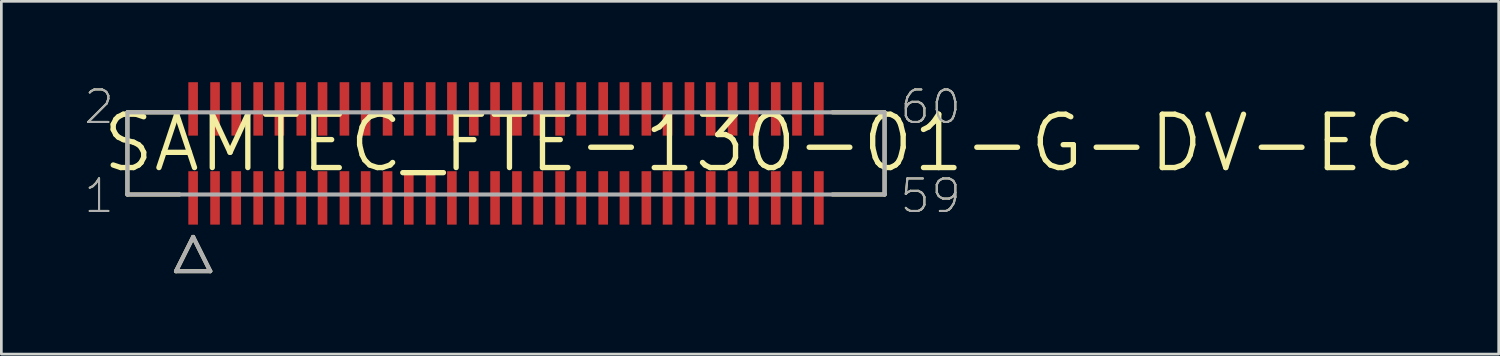
<source format=kicad_pcb>
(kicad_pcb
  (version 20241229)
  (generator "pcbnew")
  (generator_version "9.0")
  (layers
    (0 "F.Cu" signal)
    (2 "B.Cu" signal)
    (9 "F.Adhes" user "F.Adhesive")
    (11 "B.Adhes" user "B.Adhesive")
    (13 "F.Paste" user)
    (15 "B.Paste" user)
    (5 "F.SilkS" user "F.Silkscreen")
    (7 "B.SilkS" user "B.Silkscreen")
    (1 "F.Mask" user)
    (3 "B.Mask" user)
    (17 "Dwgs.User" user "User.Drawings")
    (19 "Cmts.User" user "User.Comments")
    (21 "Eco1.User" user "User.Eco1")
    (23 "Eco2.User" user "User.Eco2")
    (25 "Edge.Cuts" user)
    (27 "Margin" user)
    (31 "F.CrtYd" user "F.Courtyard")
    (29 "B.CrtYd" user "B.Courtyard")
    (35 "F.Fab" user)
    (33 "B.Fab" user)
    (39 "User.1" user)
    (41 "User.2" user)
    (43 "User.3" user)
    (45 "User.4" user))
  (footprint "SAMTEC_FTE-130-01-G-DV-EC"
    (layer "F.Cu")
    (at 15.723 2.642)
    (property "Reference" "SAMTEC_FTE-130-01-G-DV-EC" (at -15.08 0.777 180) (layer "F.SilkS") (effects (font (size 1.979 1.979) (thickness 0.198)) (justify left bottom)))
    (attr through_hole)
    (fp_line (start -14.046 -1.524) (end -14.046 1.524) (stroke (width 0.152) (type solid)) (layer "F.SilkS"))
    (fp_line (start -14.046 1.524) (end -12.116 1.524) (stroke (width 0.152) (type solid)) (layer "F.SilkS"))
    (fp_line (start -12.243 4.369) (end -11.608 3.099) (stroke (width 0.152) (type solid)) (layer "F.SilkS"))
    (fp_line (start -12.116 -1.524) (end -14.046 -1.524) (stroke (width 0.152) (type solid)) (layer "F.SilkS"))
    (fp_line (start -11.608 3.099) (end -10.973 4.369) (stroke (width 0.152) (type solid)) (layer "F.SilkS"))
    (fp_line (start -10.973 4.369) (end -12.243 4.369) (stroke (width 0.152) (type solid)) (layer "F.SilkS"))
    (fp_line (start 12.116 1.524) (end 14.046 1.524) (stroke (width 0.152) (type solid)) (layer "F.SilkS"))
    (fp_line (start 14.046 -1.524) (end 12.116 -1.524) (stroke (width 0.152) (type solid)) (layer "F.SilkS"))
    (fp_line (start 14.046 1.524) (end 14.046 -1.524) (stroke (width 0.152) (type solid)) (layer "F.SilkS"))
    (fp_line (start -14.046 -1.524) (end -14.046 1.524) (stroke (width 0.152) (type solid)) (layer "F.Fab"))
    (fp_line (start -14.046 1.524) (end 14.046 1.524) (stroke (width 0.152) (type solid)) (layer "F.Fab"))
    (fp_line (start -12.243 4.369) (end -11.608 3.099) (stroke (width 0.152) (type solid)) (layer "F.Fab"))
    (fp_line (start -11.608 3.099) (end -10.973 4.369) (stroke (width 0.152) (type solid)) (layer "F.Fab"))
    (fp_line (start -10.973 4.369) (end -12.243 4.369) (stroke (width 0.152) (type solid)) (layer "F.Fab"))
    (fp_line (start 14.046 -1.524) (end -14.046 -1.524) (stroke (width 0.152) (type solid)) (layer "F.Fab"))
    (fp_line (start 14.046 1.524) (end 14.046 -1.524) (stroke (width 0.152) (type solid)) (layer "F.Fab"))
    (fp_text user "60" (at 14.554 -1.016 0) (layer "F.SilkS") (effects (font (size 1.206 1.206) (thickness 0.076)) (justify left bottom)))
    (fp_text user "1" (at -15.723 2.286 0) (layer "F.SilkS") (effects (font (size 1.206 1.206) (thickness 0.076)) (justify left bottom)))
    (fp_text user "59" (at 14.554 2.286 0) (layer "F.SilkS") (effects (font (size 1.206 1.206) (thickness 0.076)) (justify left bottom)))
    (fp_text user "2" (at -15.723 -1.016 0) (layer "F.SilkS") (effects (font (size 1.206 1.206) (thickness 0.076)) (justify left bottom)))
    (fp_text user "59" (at 14.554 2.286 0) (layer "F.Fab") (effects (font (size 1.206 1.206) (thickness 0.076)) (justify left bottom)))
    (fp_text user "2" (at -15.723 -1.016 0) (layer "F.Fab") (effects (font (size 1.206 1.206) (thickness 0.076)) (justify left bottom)))
    (fp_text user "60" (at 14.554 -1.016 0) (layer "F.Fab") (effects (font (size 1.206 1.206) (thickness 0.076)) (justify left bottom)))
    (fp_text user "1" (at -15.723 2.286 0) (layer "F.Fab") (effects (font (size 1.206 1.206) (thickness 0.076)) (justify left bottom)))
    (pad "1" smd rect (at -11.608 1.651) (size 0.356 1.981) (layers "F.Cu" "F.Mask" "F.Paste"))
    (pad "2" smd rect (at -11.608 -1.651) (size 0.356 1.981) (layers "F.Cu" "F.Mask" "F.Paste"))
    (pad "3" smd rect (at -10.795 1.651) (size 0.356 1.981) (layers "F.Cu" "F.Mask" "F.Paste"))
    (pad "4" smd rect (at -10.795 -1.651) (size 0.356 1.981) (layers "F.Cu" "F.Mask" "F.Paste"))
    (pad "5" smd rect (at -10.008 1.651) (size 0.356 1.981) (layers "F.Cu" "F.Mask" "F.Paste"))
    (pad "6" smd rect (at -10.008 -1.651) (size 0.356 1.981) (layers "F.Cu" "F.Mask" "F.Paste"))
    (pad "7" smd rect (at -9.195 1.651) (size 0.356 1.981) (layers "F.Cu" "F.Mask" "F.Paste"))
    (pad "8" smd rect (at -9.195 -1.651) (size 0.356 1.981) (layers "F.Cu" "F.Mask" "F.Paste"))
    (pad "9" smd rect (at -8.407 1.651) (size 0.356 1.981) (layers "F.Cu" "F.Mask" "F.Paste"))
    (pad "10" smd rect (at -8.407 -1.651) (size 0.356 1.981) (layers "F.Cu" "F.Mask" "F.Paste"))
    (pad "11" smd rect (at -7.595 1.651) (size 0.356 1.981) (layers "F.Cu" "F.Mask" "F.Paste"))
    (pad "12" smd rect (at -7.595 -1.651) (size 0.356 1.981) (layers "F.Cu" "F.Mask" "F.Paste"))
    (pad "13" smd rect (at -6.807 1.651) (size 0.356 1.981) (layers "F.Cu" "F.Mask" "F.Paste"))
    (pad "14" smd rect (at -6.807 -1.651) (size 0.356 1.981) (layers "F.Cu" "F.Mask" "F.Paste"))
    (pad "15" smd rect (at -5.994 1.651) (size 0.356 1.981) (layers "F.Cu" "F.Mask" "F.Paste"))
    (pad "16" smd rect (at -5.994 -1.651) (size 0.356 1.981) (layers "F.Cu" "F.Mask" "F.Paste"))
    (pad "17" smd rect (at -5.207 1.651) (size 0.356 1.981) (layers "F.Cu" "F.Mask" "F.Paste"))
    (pad "18" smd rect (at -5.207 -1.651) (size 0.356 1.981) (layers "F.Cu" "F.Mask" "F.Paste"))
    (pad "19" smd rect (at -4.394 1.651) (size 0.356 1.981) (layers "F.Cu" "F.Mask" "F.Paste"))
    (pad "20" smd rect (at -4.394 -1.651) (size 0.356 1.981) (layers "F.Cu" "F.Mask" "F.Paste"))
    (pad "21" smd rect (at -3.607 1.651) (size 0.356 1.981) (layers "F.Cu" "F.Mask" "F.Paste"))
    (pad "22" smd rect (at -3.607 -1.651) (size 0.356 1.981) (layers "F.Cu" "F.Mask" "F.Paste"))
    (pad "23" smd rect (at -2.794 1.651) (size 0.356 1.981) (layers "F.Cu" "F.Mask" "F.Paste"))
    (pad "24" smd rect (at -2.794 -1.651) (size 0.356 1.981) (layers "F.Cu" "F.Mask" "F.Paste"))
    (pad "25" smd rect (at -2.007 1.651) (size 0.356 1.981) (layers "F.Cu" "F.Mask" "F.Paste"))
    (pad "26" smd rect (at -2.007 -1.651) (size 0.356 1.981) (layers "F.Cu" "F.Mask" "F.Paste"))
    (pad "27" smd rect (at -1.194 1.651) (size 0.356 1.981) (layers "F.Cu" "F.Mask" "F.Paste"))
    (pad "28" smd rect (at -1.194 -1.651) (size 0.356 1.981) (layers "F.Cu" "F.Mask" "F.Paste"))
    (pad "29" smd rect (at -0.406 1.651) (size 0.356 1.981) (layers "F.Cu" "F.Mask" "F.Paste"))
    (pad "30" smd rect (at -0.406 -1.651) (size 0.356 1.981) (layers "F.Cu" "F.Mask" "F.Paste"))
    (pad "31" smd rect (at 0.406 1.651) (size 0.356 1.981) (layers "F.Cu" "F.Mask" "F.Paste"))
    (pad "32" smd rect (at 0.406 -1.651) (size 0.356 1.981) (layers "F.Cu" "F.Mask" "F.Paste"))
    (pad "33" smd rect (at 1.194 1.651) (size 0.356 1.981) (layers "F.Cu" "F.Mask" "F.Paste"))
    (pad "34" smd rect (at 1.194 -1.651) (size 0.356 1.981) (layers "F.Cu" "F.Mask" "F.Paste"))
    (pad "35" smd rect (at 2.007 1.651) (size 0.356 1.981) (layers "F.Cu" "F.Mask" "F.Paste"))
    (pad "36" smd rect (at 2.007 -1.651) (size 0.356 1.981) (layers "F.Cu" "F.Mask" "F.Paste"))
    (pad "37" smd rect (at 2.794 1.651) (size 0.356 1.981) (layers "F.Cu" "F.Mask" "F.Paste"))
    (pad "38" smd rect (at 2.794 -1.651) (size 0.356 1.981) (layers "F.Cu" "F.Mask" "F.Paste"))
    (pad "39" smd rect (at 3.607 1.651) (size 0.356 1.981) (layers "F.Cu" "F.Mask" "F.Paste"))
    (pad "40" smd rect (at 3.607 -1.651) (size 0.356 1.981) (layers "F.Cu" "F.Mask" "F.Paste"))
    (pad "41" smd rect (at 4.394 1.651) (size 0.356 1.981) (layers "F.Cu" "F.Mask" "F.Paste"))
    (pad "42" smd rect (at 4.394 -1.651) (size 0.356 1.981) (layers "F.Cu" "F.Mask" "F.Paste"))
    (pad "43" smd rect (at 5.207 1.651) (size 0.356 1.981) (layers "F.Cu" "F.Mask" "F.Paste"))
    (pad "44" smd rect (at 5.207 -1.651) (size 0.356 1.981) (layers "F.Cu" "F.Mask" "F.Paste"))
    (pad "45" smd rect (at 5.994 1.651) (size 0.356 1.981) (layers "F.Cu" "F.Mask" "F.Paste"))
    (pad "46" smd rect (at 5.994 -1.651) (size 0.356 1.981) (layers "F.Cu" "F.Mask" "F.Paste"))
    (pad "47" smd rect (at 6.807 1.651) (size 0.356 1.981) (layers "F.Cu" "F.Mask" "F.Paste"))
    (pad "48" smd rect (at 6.807 -1.651) (size 0.356 1.981) (layers "F.Cu" "F.Mask" "F.Paste"))
    (pad "49" smd rect (at 7.595 1.651) (size 0.356 1.981) (layers "F.Cu" "F.Mask" "F.Paste"))
    (pad "50" smd rect (at 7.595 -1.651) (size 0.356 1.981) (layers "F.Cu" "F.Mask" "F.Paste"))
    (pad "51" smd rect (at 8.407 1.651) (size 0.356 1.981) (layers "F.Cu" "F.Mask" "F.Paste"))
    (pad "52" smd rect (at 8.407 -1.651) (size 0.356 1.981) (layers "F.Cu" "F.Mask" "F.Paste"))
    (pad "53" smd rect (at 9.195 1.651) (size 0.356 1.981) (layers "F.Cu" "F.Mask" "F.Paste"))
    (pad "54" smd rect (at 9.195 -1.651) (size 0.356 1.981) (layers "F.Cu" "F.Mask" "F.Paste"))
    (pad "55" smd rect (at 10.008 1.651) (size 0.356 1.981) (layers "F.Cu" "F.Mask" "F.Paste"))
    (pad "56" smd rect (at 10.008 -1.651) (size 0.356 1.981) (layers "F.Cu" "F.Mask" "F.Paste"))
    (pad "57" smd rect (at 10.795 1.651) (size 0.356 1.981) (layers "F.Cu" "F.Mask" "F.Paste"))
    (pad "58" smd rect (at 10.795 -1.651) (size 0.356 1.981) (layers "F.Cu" "F.Mask" "F.Paste"))
    (pad "59" smd rect (at 11.608 1.651) (size 0.356 1.981) (layers "F.Cu" "F.Mask" "F.Paste"))
    (pad "60" smd rect (at 11.608 -1.651) (size 0.356 1.981) (layers "F.Cu" "F.Mask" "F.Paste")))
  (gr_rect
    (start -3 -3)
    (end 52.553 10.087)
    (stroke (width 0.1) (type default))
    (fill no)
    (layer "Edge.Cuts")))
</source>
